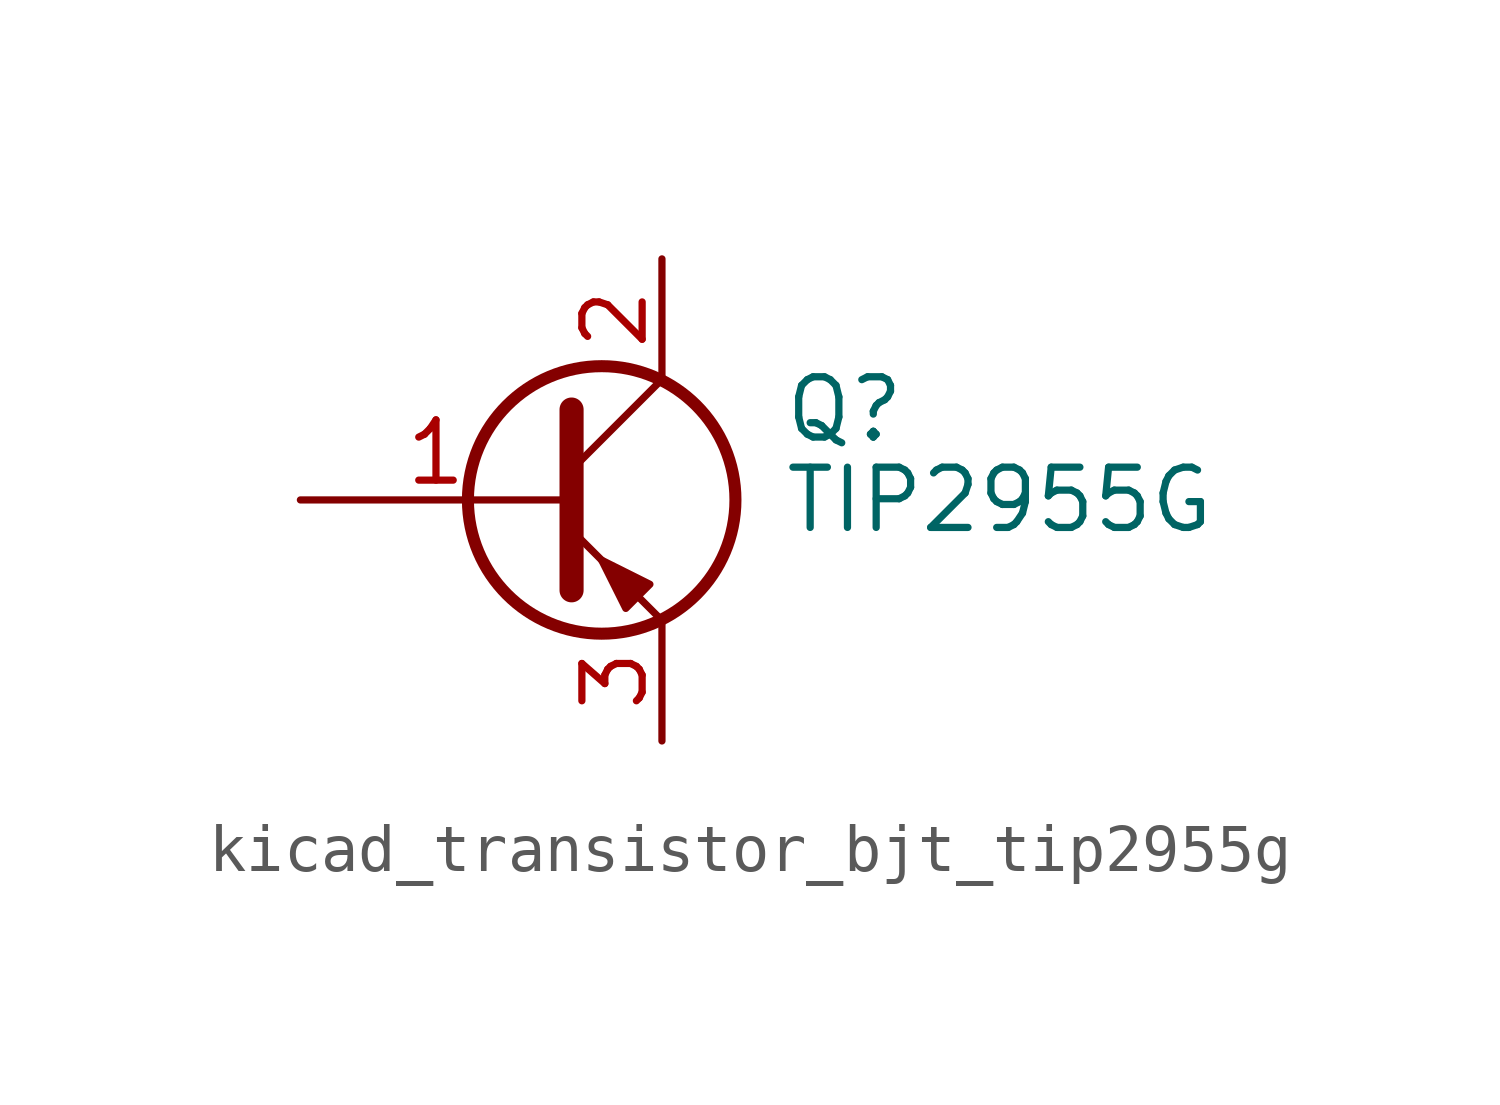
<source format=kicad_sym>
(kicad_symbol_lib
  (version 20220914)
  (generator kicad_symbol_editor)
  (symbol "kicad_transistor_bjt_tip2955g"
    (pin_names
      (offset 0) hide)
    (property "Reference" "Q"
      (at 5.08 1.905 0)
      (effects (font (size 1.27 1.27)) (justify left)))
    (property "Value" "TIP2955G"
      (at 5.08 0 0)
      (effects (font (size 1.27 1.27)) (justify left)))
    (symbol "kicad_transistor_bjt_tip2955g_0_1"
      (polyline (pts (xy 0.635 0.635) (xy 2.54 2.54)) (stroke (width 0) (type default)) (fill (type none)))
      (polyline (pts (xy 0.635 -0.635) (xy 2.54 -2.54) (xy 2.54 -2.54)) (stroke (width 0) (type default)) (fill (type none)))
      (polyline (pts (xy 0.635 1.905) (xy 0.635 -1.905) (xy 0.635 -1.905)) (stroke (width 0.508) (type default)) (fill (type none)))
      (polyline (pts (xy 2.286 -1.778) (xy 1.778 -2.286) (xy 1.27 -1.27) (xy 2.286 -1.778) (xy 2.286 -1.778)) (stroke (width 0) (type default)) (fill (type outline)))
      (circle (center 1.27 0) (radius 2.819) (stroke (width 0.254) (type default)) (fill (type none))))
    (symbol "kicad_transistor_bjt_tip2955g_1_1"
      (pin input line (at -5.08 0 0) (length 5.715) (name "B" (effects (font (size 1.27 1.27)))) (number "1" (effects (font (size 1.27 1.27)))))
      (pin passive line (at 2.54 5.08 270) (length 2.54) (name "C" (effects (font (size 1.27 1.27)))) (number "2" (effects (font (size 1.27 1.27)))))
      (pin passive line (at 2.54 -5.08 90) (length 2.54) (name "E" (effects (font (size 1.27 1.27)))) (number "3" (effects (font (size 1.27 1.27))))))))
</source>
